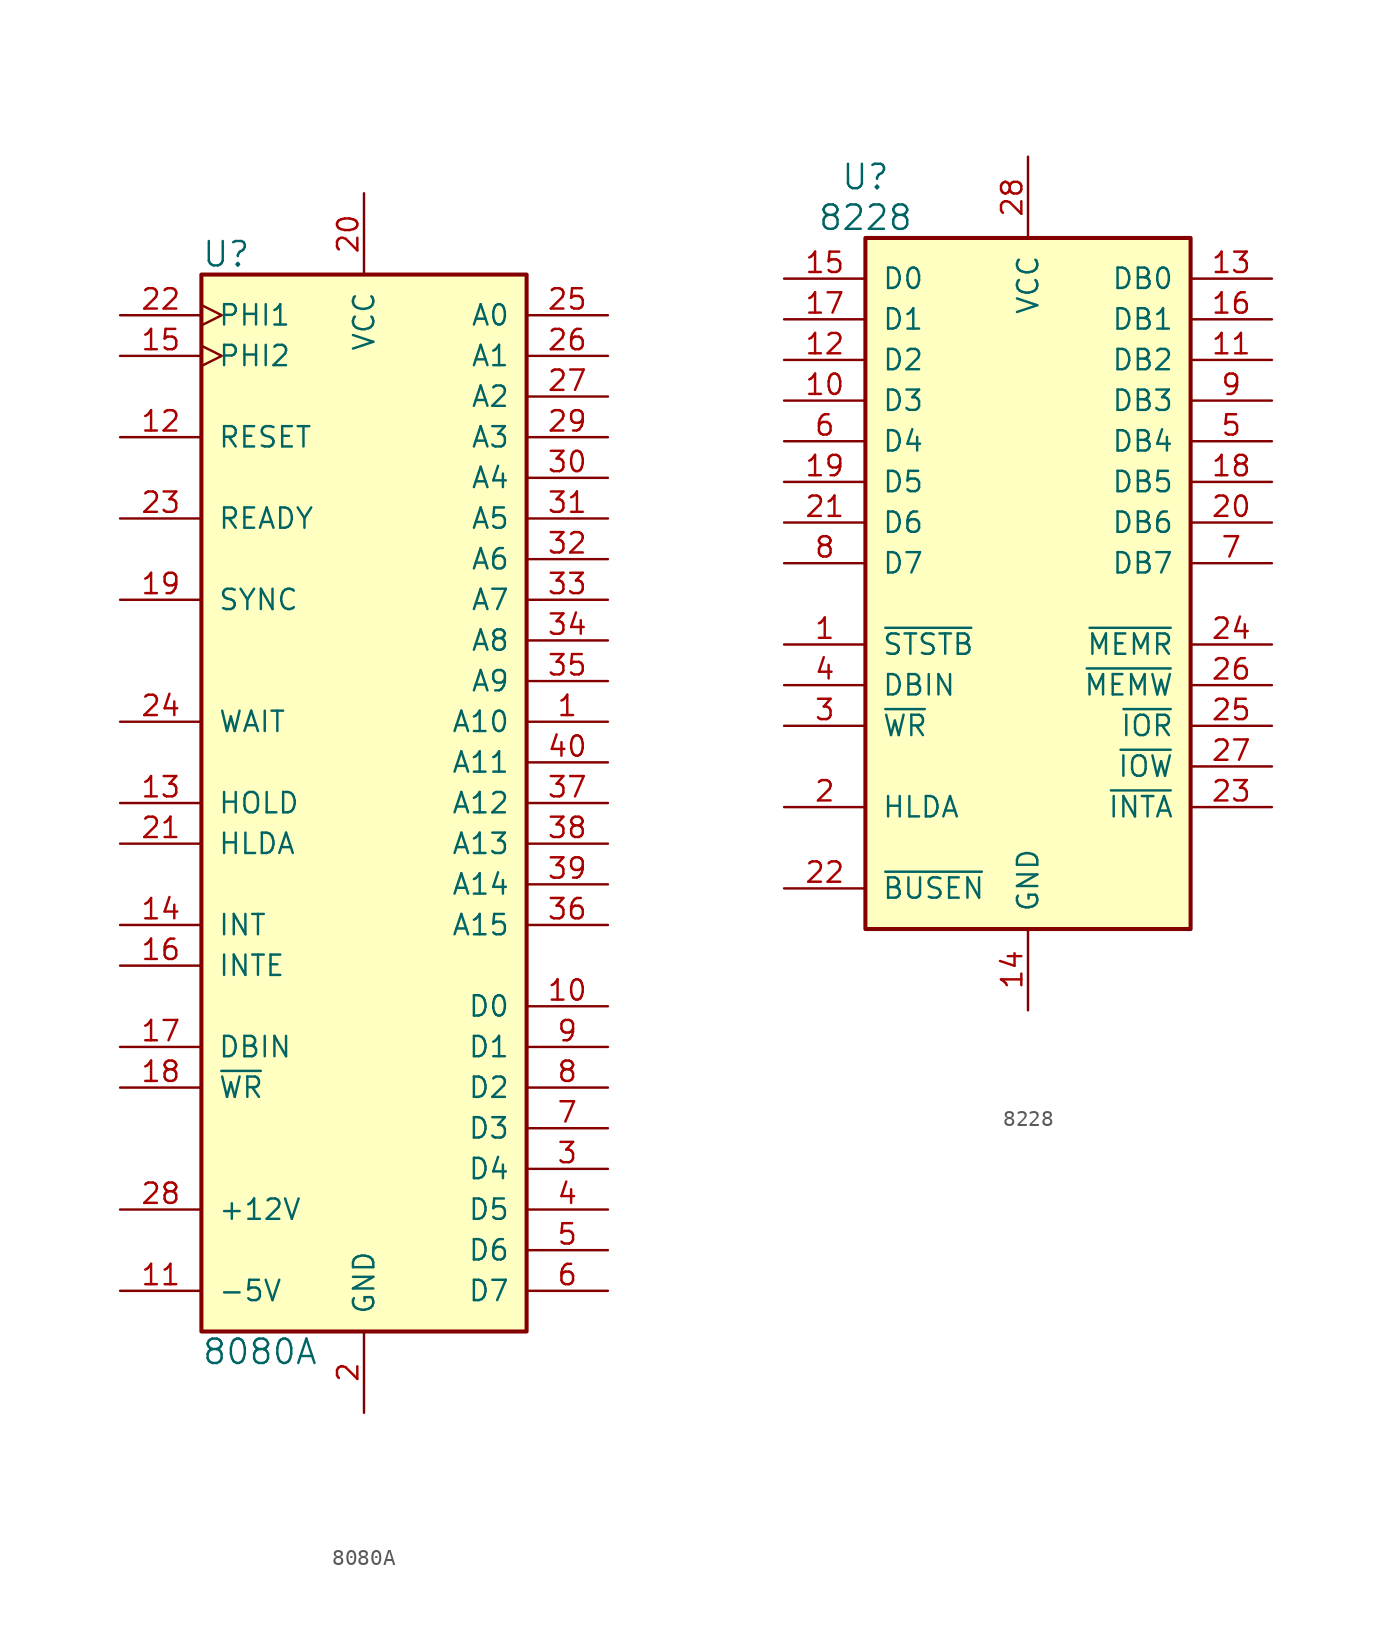
<source format=kicad_sym>
(kicad_symbol_lib
  (version 20211014)
  (generator kicad_symbol_editor)
  (symbol "8080A"
    (pin_names
      (offset 1.016))
    (property "Reference" "U"
      (at -10.16 34.29 0)
      (effects (font (size 1.524 1.524)) (justify left)))
    (property "Value" "8080A"
      (at -10.16 -34.29 0)
      (effects (font (size 1.524 1.524)) (justify left)))
    (symbol "8080A_0_1"
      (rectangle (start -10.16 33.02) (end 10.16 -33.02) (stroke (width 0.254) (type default) (color 0 0 0 0)) (fill (type background))))
    (symbol "8080A_1_1"
      (pin tri_state line (at 15.24 5.08 180) (length 5.08) (name "A10" (effects (font (size 1.27 1.27)))) (number "1" (effects (font (size 1.27 1.27)))))
      (pin bidirectional line (at 15.24 -12.7 180) (length 5.08) (name "D0" (effects (font (size 1.27 1.27)))) (number "10" (effects (font (size 1.27 1.27)))))
      (pin power_in line (at -15.24 -30.48 0) (length 5.08) (name "-5V" (effects (font (size 1.27 1.27)))) (number "11" (effects (font (size 1.27 1.27)))))
      (pin input line (at -15.24 22.86 0) (length 5.08) (name "RESET" (effects (font (size 1.27 1.27)))) (number "12" (effects (font (size 1.27 1.27)))))
      (pin input line (at -15.24 0 0) (length 5.08) (name "HOLD" (effects (font (size 1.27 1.27)))) (number "13" (effects (font (size 1.27 1.27)))))
      (pin input line (at -15.24 -7.62 0) (length 5.08) (name "INT" (effects (font (size 1.27 1.27)))) (number "14" (effects (font (size 1.27 1.27)))))
      (pin input clock (at -15.24 27.94 0) (length 5.08) (name "PHI2" (effects (font (size 1.27 1.27)))) (number "15" (effects (font (size 1.27 1.27)))))
      (pin output line (at -15.24 -10.16 0) (length 5.08) (name "INTE" (effects (font (size 1.27 1.27)))) (number "16" (effects (font (size 1.27 1.27)))))
      (pin output line (at -15.24 -15.24 0) (length 5.08) (name "DBIN" (effects (font (size 1.27 1.27)))) (number "17" (effects (font (size 1.27 1.27)))))
      (pin output line (at -15.24 -17.78 0) (length 5.08) (name "~{WR}" (effects (font (size 1.27 1.27)))) (number "18" (effects (font (size 1.27 1.27)))))
      (pin output line (at -15.24 12.7 0) (length 5.08) (name "SYNC" (effects (font (size 1.27 1.27)))) (number "19" (effects (font (size 1.27 1.27)))))
      (pin power_in line (at 0 -38.1 90) (length 5.08) (name "GND" (effects (font (size 1.27 1.27)))) (number "2" (effects (font (size 1.27 1.27)))))
      (pin power_in line (at 0 38.1 270) (length 5.08) (name "VCC" (effects (font (size 1.27 1.27)))) (number "20" (effects (font (size 1.27 1.27)))))
      (pin output line (at -15.24 -2.54 0) (length 5.08) (name "HLDA" (effects (font (size 1.27 1.27)))) (number "21" (effects (font (size 1.27 1.27)))))
      (pin input clock (at -15.24 30.48 0) (length 5.08) (name "PHI1" (effects (font (size 1.27 1.27)))) (number "22" (effects (font (size 1.27 1.27)))))
      (pin input line (at -15.24 17.78 0) (length 5.08) (name "READY" (effects (font (size 1.27 1.27)))) (number "23" (effects (font (size 1.27 1.27)))))
      (pin output line (at -15.24 5.08 0) (length 5.08) (name "WAIT" (effects (font (size 1.27 1.27)))) (number "24" (effects (font (size 1.27 1.27)))))
      (pin tri_state line (at 15.24 30.48 180) (length 5.08) (name "A0" (effects (font (size 1.27 1.27)))) (number "25" (effects (font (size 1.27 1.27)))))
      (pin tri_state line (at 15.24 27.94 180) (length 5.08) (name "A1" (effects (font (size 1.27 1.27)))) (number "26" (effects (font (size 1.27 1.27)))))
      (pin tri_state line (at 15.24 25.4 180) (length 5.08) (name "A2" (effects (font (size 1.27 1.27)))) (number "27" (effects (font (size 1.27 1.27)))))
      (pin power_in line (at -15.24 -25.4 0) (length 5.08) (name "+12V" (effects (font (size 1.27 1.27)))) (number "28" (effects (font (size 1.27 1.27)))))
      (pin tri_state line (at 15.24 22.86 180) (length 5.08) (name "A3" (effects (font (size 1.27 1.27)))) (number "29" (effects (font (size 1.27 1.27)))))
      (pin bidirectional line (at 15.24 -22.86 180) (length 5.08) (name "D4" (effects (font (size 1.27 1.27)))) (number "3" (effects (font (size 1.27 1.27)))))
      (pin tri_state line (at 15.24 20.32 180) (length 5.08) (name "A4" (effects (font (size 1.27 1.27)))) (number "30" (effects (font (size 1.27 1.27)))))
      (pin tri_state line (at 15.24 17.78 180) (length 5.08) (name "A5" (effects (font (size 1.27 1.27)))) (number "31" (effects (font (size 1.27 1.27)))))
      (pin tri_state line (at 15.24 15.24 180) (length 5.08) (name "A6" (effects (font (size 1.27 1.27)))) (number "32" (effects (font (size 1.27 1.27)))))
      (pin tri_state line (at 15.24 12.7 180) (length 5.08) (name "A7" (effects (font (size 1.27 1.27)))) (number "33" (effects (font (size 1.27 1.27)))))
      (pin tri_state line (at 15.24 10.16 180) (length 5.08) (name "A8" (effects (font (size 1.27 1.27)))) (number "34" (effects (font (size 1.27 1.27)))))
      (pin tri_state line (at 15.24 7.62 180) (length 5.08) (name "A9" (effects (font (size 1.27 1.27)))) (number "35" (effects (font (size 1.27 1.27)))))
      (pin tri_state line (at 15.24 -7.62 180) (length 5.08) (name "A15" (effects (font (size 1.27 1.27)))) (number "36" (effects (font (size 1.27 1.27)))))
      (pin tri_state line (at 15.24 0 180) (length 5.08) (name "A12" (effects (font (size 1.27 1.27)))) (number "37" (effects (font (size 1.27 1.27)))))
      (pin tri_state line (at 15.24 -2.54 180) (length 5.08) (name "A13" (effects (font (size 1.27 1.27)))) (number "38" (effects (font (size 1.27 1.27)))))
      (pin tri_state line (at 15.24 -5.08 180) (length 5.08) (name "A14" (effects (font (size 1.27 1.27)))) (number "39" (effects (font (size 1.27 1.27)))))
      (pin bidirectional line (at 15.24 -25.4 180) (length 5.08) (name "D5" (effects (font (size 1.27 1.27)))) (number "4" (effects (font (size 1.27 1.27)))))
      (pin tri_state line (at 15.24 2.54 180) (length 5.08) (name "A11" (effects (font (size 1.27 1.27)))) (number "40" (effects (font (size 1.27 1.27)))))
      (pin bidirectional line (at 15.24 -27.94 180) (length 5.08) (name "D6" (effects (font (size 1.27 1.27)))) (number "5" (effects (font (size 1.27 1.27)))))
      (pin bidirectional line (at 15.24 -30.48 180) (length 5.08) (name "D7" (effects (font (size 1.27 1.27)))) (number "6" (effects (font (size 1.27 1.27)))))
      (pin bidirectional line (at 15.24 -20.32 180) (length 5.08) (name "D3" (effects (font (size 1.27 1.27)))) (number "7" (effects (font (size 1.27 1.27)))))
      (pin bidirectional line (at 15.24 -17.78 180) (length 5.08) (name "D2" (effects (font (size 1.27 1.27)))) (number "8" (effects (font (size 1.27 1.27)))))
      (pin bidirectional line (at 15.24 -15.24 180) (length 5.08) (name "D1" (effects (font (size 1.27 1.27)))) (number "9" (effects (font (size 1.27 1.27)))))))
  (symbol "8228"
    (pin_names
      (offset 1.016))
    (property "Reference" "U"
      (at -10.16 25.4 0)
      (effects (font (size 1.524 1.524))))
    (property "Value" "8228"
      (at -10.16 22.86 0)
      (effects (font (size 1.524 1.524))))
    (symbol "8228_0_1"
      (rectangle (start -10.16 21.59) (end 10.16 -21.59) (stroke (width 0.254) (type default) (color 0 0 0 0)) (fill (type background))))
    (symbol "8228_1_1"
      (pin input line (at -15.24 -3.81 0) (length 5.08) (name "~{STSTB}" (effects (font (size 1.27 1.27)))) (number "1" (effects (font (size 1.27 1.27)))))
      (pin bidirectional line (at -15.24 11.43 0) (length 5.08) (name "D3" (effects (font (size 1.27 1.27)))) (number "10" (effects (font (size 1.27 1.27)))))
      (pin tri_state line (at 15.24 13.97 180) (length 5.08) (name "DB2" (effects (font (size 1.27 1.27)))) (number "11" (effects (font (size 1.27 1.27)))))
      (pin bidirectional line (at -15.24 13.97 0) (length 5.08) (name "D2" (effects (font (size 1.27 1.27)))) (number "12" (effects (font (size 1.27 1.27)))))
      (pin tri_state line (at 15.24 19.05 180) (length 5.08) (name "DB0" (effects (font (size 1.27 1.27)))) (number "13" (effects (font (size 1.27 1.27)))))
      (pin power_in line (at 0 -26.67 90) (length 5.08) (name "GND" (effects (font (size 1.27 1.27)))) (number "14" (effects (font (size 1.27 1.27)))))
      (pin bidirectional line (at -15.24 19.05 0) (length 5.08) (name "D0" (effects (font (size 1.27 1.27)))) (number "15" (effects (font (size 1.27 1.27)))))
      (pin tri_state line (at 15.24 16.51 180) (length 5.08) (name "DB1" (effects (font (size 1.27 1.27)))) (number "16" (effects (font (size 1.27 1.27)))))
      (pin bidirectional line (at -15.24 16.51 0) (length 5.08) (name "D1" (effects (font (size 1.27 1.27)))) (number "17" (effects (font (size 1.27 1.27)))))
      (pin tri_state line (at 15.24 6.35 180) (length 5.08) (name "DB5" (effects (font (size 1.27 1.27)))) (number "18" (effects (font (size 1.27 1.27)))))
      (pin bidirectional line (at -15.24 6.35 0) (length 5.08) (name "D5" (effects (font (size 1.27 1.27)))) (number "19" (effects (font (size 1.27 1.27)))))
      (pin input line (at -15.24 -13.97 0) (length 5.08) (name "HLDA" (effects (font (size 1.27 1.27)))) (number "2" (effects (font (size 1.27 1.27)))))
      (pin tri_state line (at 15.24 3.81 180) (length 5.08) (name "DB6" (effects (font (size 1.27 1.27)))) (number "20" (effects (font (size 1.27 1.27)))))
      (pin bidirectional line (at -15.24 3.81 0) (length 5.08) (name "D6" (effects (font (size 1.27 1.27)))) (number "21" (effects (font (size 1.27 1.27)))))
      (pin input line (at -15.24 -19.05 0) (length 5.08) (name "~{BUSEN}" (effects (font (size 1.27 1.27)))) (number "22" (effects (font (size 1.27 1.27)))))
      (pin tri_state line (at 15.24 -13.97 180) (length 5.08) (name "~{INTA}" (effects (font (size 1.27 1.27)))) (number "23" (effects (font (size 1.27 1.27)))))
      (pin tri_state line (at 15.24 -3.81 180) (length 5.08) (name "~{MEMR}" (effects (font (size 1.27 1.27)))) (number "24" (effects (font (size 1.27 1.27)))))
      (pin tri_state line (at 15.24 -8.89 180) (length 5.08) (name "~{IOR}" (effects (font (size 1.27 1.27)))) (number "25" (effects (font (size 1.27 1.27)))))
      (pin tri_state line (at 15.24 -6.35 180) (length 5.08) (name "~{MEMW}" (effects (font (size 1.27 1.27)))) (number "26" (effects (font (size 1.27 1.27)))))
      (pin tri_state line (at 15.24 -11.43 180) (length 5.08) (name "~{IOW}" (effects (font (size 1.27 1.27)))) (number "27" (effects (font (size 1.27 1.27)))))
      (pin power_in line (at 0 26.67 270) (length 5.08) (name "VCC" (effects (font (size 1.27 1.27)))) (number "28" (effects (font (size 1.27 1.27)))))
      (pin input line (at -15.24 -8.89 0) (length 5.08) (name "~{WR}" (effects (font (size 1.27 1.27)))) (number "3" (effects (font (size 1.27 1.27)))))
      (pin input line (at -15.24 -6.35 0) (length 5.08) (name "DBIN" (effects (font (size 1.27 1.27)))) (number "4" (effects (font (size 1.27 1.27)))))
      (pin tri_state line (at 15.24 8.89 180) (length 5.08) (name "DB4" (effects (font (size 1.27 1.27)))) (number "5" (effects (font (size 1.27 1.27)))))
      (pin bidirectional line (at -15.24 8.89 0) (length 5.08) (name "D4" (effects (font (size 1.27 1.27)))) (number "6" (effects (font (size 1.27 1.27)))))
      (pin tri_state line (at 15.24 1.27 180) (length 5.08) (name "DB7" (effects (font (size 1.27 1.27)))) (number "7" (effects (font (size 1.27 1.27)))))
      (pin bidirectional line (at -15.24 1.27 0) (length 5.08) (name "D7" (effects (font (size 1.27 1.27)))) (number "8" (effects (font (size 1.27 1.27)))))
      (pin tri_state line (at 15.24 11.43 180) (length 5.08) (name "DB3" (effects (font (size 1.27 1.27)))) (number "9" (effects (font (size 1.27 1.27))))))))
</source>
